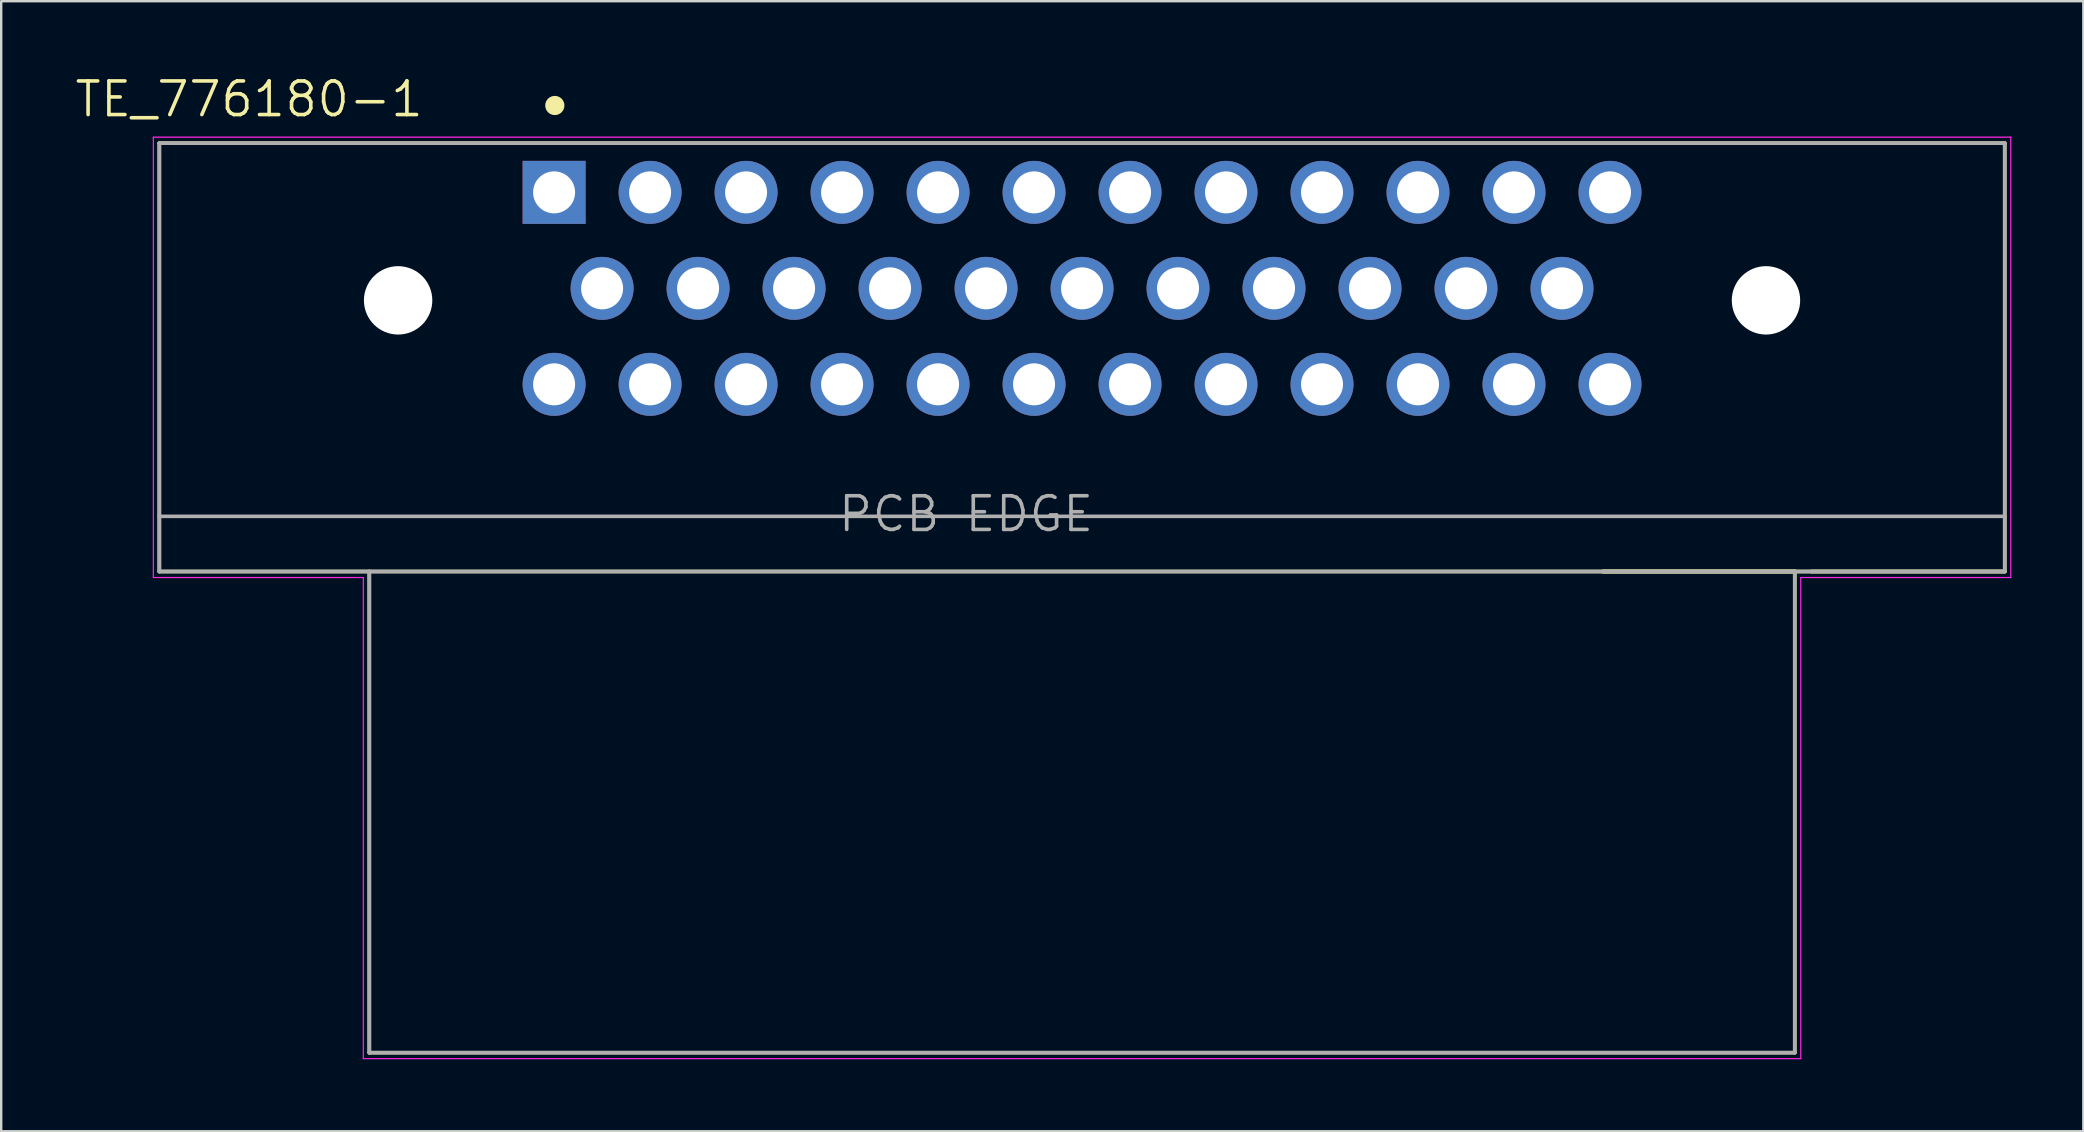
<source format=kicad_pcb>
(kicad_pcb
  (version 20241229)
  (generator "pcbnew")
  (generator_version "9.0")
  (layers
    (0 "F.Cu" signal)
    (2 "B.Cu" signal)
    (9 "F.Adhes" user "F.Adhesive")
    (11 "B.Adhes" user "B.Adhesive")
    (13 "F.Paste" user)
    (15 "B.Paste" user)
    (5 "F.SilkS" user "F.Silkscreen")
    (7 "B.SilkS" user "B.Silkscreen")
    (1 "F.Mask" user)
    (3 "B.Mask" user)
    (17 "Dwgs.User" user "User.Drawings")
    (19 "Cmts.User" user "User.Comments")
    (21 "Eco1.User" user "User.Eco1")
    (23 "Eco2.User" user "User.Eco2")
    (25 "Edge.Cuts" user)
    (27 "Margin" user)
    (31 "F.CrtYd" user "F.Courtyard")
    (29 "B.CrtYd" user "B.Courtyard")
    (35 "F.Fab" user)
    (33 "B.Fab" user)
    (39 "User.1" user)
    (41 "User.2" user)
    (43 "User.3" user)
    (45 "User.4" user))
  (footprint "TE_776180-1"
    (layer "F.Cu")
    (at 42.04 8.966)
    (property "Reference" "TE_776180-1" (at -34.71 -7.883 0) (layer "F.SilkS") (effects (font (size 1.402 1.402) (thickness 0.15))))
    (attr through_hole)
    (fp_line (start -38.45 -6.05) (end -38.45 11.8) (stroke (width 0.152) (type solid)) (layer "F.SilkS"))
    (fp_line (start -38.45 11.8) (end 38.45 11.8) (stroke (width 0.152) (type solid)) (layer "F.SilkS"))
    (fp_line (start -29.7 11.8) (end -29.7 31.85) (stroke (width 0.152) (type solid)) (layer "F.SilkS"))
    (fp_line (start -29.7 31.85) (end 29.7 31.85) (stroke (width 0.152) (type solid)) (layer "F.SilkS"))
    (fp_line (start 29.7 11.799) (end 21.704 11.799) (stroke (width 0.152) (type solid)) (layer "F.SilkS"))
    (fp_line (start 29.7 11.8) (end 21.698 11.8) (stroke (width 0.152) (type solid)) (layer "F.SilkS"))
    (fp_line (start 29.7 11.8) (end 29.7 11.799) (stroke (width 0.152) (type solid)) (layer "F.SilkS"))
    (fp_line (start 29.7 31.85) (end 29.7 11.8) (stroke (width 0.152) (type solid)) (layer "F.SilkS"))
    (fp_line (start 38.45 -6.05) (end -38.45 -6.05) (stroke (width 0.152) (type solid)) (layer "F.SilkS"))
    (fp_line (start 38.45 -6.05) (end 38.45 11.8) (stroke (width 0.152) (type solid)) (layer "F.SilkS"))
    (fp_line (start 38.45 11.8) (end 30.398 11.799) (stroke (width 0.152) (type solid)) (layer "F.SilkS"))
    (fp_circle (center -21.97 -7.62) (end -21.77 -7.62) (stroke (width 0.4) (type solid)) (fill no) (layer "F.SilkS"))
    (fp_line (start -38.7 -6.3) (end -38.7 12.05) (stroke (width 0.05) (type solid)) (layer "F.CrtYd"))
    (fp_line (start -38.7 12.05) (end -29.95 12.05) (stroke (width 0.05) (type solid)) (layer "F.CrtYd"))
    (fp_line (start -29.95 12.05) (end -29.95 32.1) (stroke (width 0.05) (type solid)) (layer "F.CrtYd"))
    (fp_line (start -29.95 32.1) (end 29.95 32.1) (stroke (width 0.05) (type solid)) (layer "F.CrtYd"))
    (fp_line (start 29.95 12.05) (end 38.7 12.05) (stroke (width 0.05) (type solid)) (layer "F.CrtYd"))
    (fp_line (start 29.95 32.1) (end 29.95 12.05) (stroke (width 0.05) (type solid)) (layer "F.CrtYd"))
    (fp_line (start 38.7 -6.3) (end -38.7 -6.3) (stroke (width 0.05) (type solid)) (layer "F.CrtYd"))
    (fp_line (start 38.7 12.05) (end 38.7 -6.3) (stroke (width 0.05) (type solid)) (layer "F.CrtYd"))
    (fp_line (start -38.45 -6.05) (end -38.45 9.5) (stroke (width 0.152) (type solid)) (layer "F.Fab"))
    (fp_line (start -38.45 9.5) (end -38.45 11.8) (stroke (width 0.152) (type solid)) (layer "F.Fab"))
    (fp_line (start -38.45 9.5) (end 38.45 9.5) (stroke (width 0.152) (type solid)) (layer "F.Fab"))
    (fp_line (start -38.45 11.8) (end -29.7 11.8) (stroke (width 0.152) (type solid)) (layer "F.Fab"))
    (fp_line (start -29.7 11.8) (end -29.7 31.85) (stroke (width 0.152) (type solid)) (layer "F.Fab"))
    (fp_line (start -29.7 11.8) (end 29.7 11.8) (stroke (width 0.152) (type solid)) (layer "F.Fab"))
    (fp_line (start -29.7 31.85) (end 29.7 31.85) (stroke (width 0.152) (type solid)) (layer "F.Fab"))
    (fp_line (start 29.7 11.8) (end 38.45 11.8) (stroke (width 0.152) (type solid)) (layer "F.Fab"))
    (fp_line (start 29.7 31.85) (end 29.7 11.8) (stroke (width 0.152) (type solid)) (layer "F.Fab"))
    (fp_line (start 38.45 -6.05) (end -38.45 -6.05) (stroke (width 0.152) (type solid)) (layer "F.Fab"))
    (fp_line (start 38.45 9.5) (end 38.45 -6.05) (stroke (width 0.152) (type solid)) (layer "F.Fab"))
    (fp_line (start 38.45 11.8) (end 38.45 9.5) (stroke (width 0.152) (type solid)) (layer "F.Fab"))
    (fp_text user "PCB EDGE" (at -4.833 9.403 0) (layer "F.Fab") (effects (font (size 1.402 1.402) (thickness 0.15))))
    (pad "" np_thru_hole circle (at -28.5 0.5) (size 2.85 2.85) (drill 2.85) (layers "*.Cu" "*.Mask"))
    (pad "" np_thru_hole circle (at 28.5 0.5) (size 2.85 2.85) (drill 2.85) (layers "*.Cu" "*.Mask"))
    (pad "1" thru_hole rect (at -22 -4) (size 2.625 2.625) (drill 1.75) (layers "*.Cu" "*.Mask"))
    (pad "2" thru_hole circle (at -18 -4) (size 2.625 2.625) (drill 1.75) (layers "*.Cu" "*.Mask"))
    (pad "3" thru_hole circle (at -14 -4) (size 2.625 2.625) (drill 1.75) (layers "*.Cu" "*.Mask"))
    (pad "4" thru_hole circle (at -10 -4) (size 2.625 2.625) (drill 1.75) (layers "*.Cu" "*.Mask"))
    (pad "5" thru_hole circle (at -6 -4) (size 2.625 2.625) (drill 1.75) (layers "*.Cu" "*.Mask"))
    (pad "6" thru_hole circle (at -2 -4) (size 2.625 2.625) (drill 1.75) (layers "*.Cu" "*.Mask"))
    (pad "7" thru_hole circle (at 2 -4) (size 2.625 2.625) (drill 1.75) (layers "*.Cu" "*.Mask"))
    (pad "8" thru_hole circle (at 6 -4) (size 2.625 2.625) (drill 1.75) (layers "*.Cu" "*.Mask"))
    (pad "9" thru_hole circle (at 10 -4) (size 2.625 2.625) (drill 1.75) (layers "*.Cu" "*.Mask"))
    (pad "10" thru_hole circle (at 14 -4) (size 2.625 2.625) (drill 1.75) (layers "*.Cu" "*.Mask"))
    (pad "11" thru_hole circle (at 18 -4) (size 2.625 2.625) (drill 1.75) (layers "*.Cu" "*.Mask"))
    (pad "12" thru_hole circle (at 22 -4) (size 2.625 2.625) (drill 1.75) (layers "*.Cu" "*.Mask"))
    (pad "13" thru_hole circle (at -20 0) (size 2.625 2.625) (drill 1.75) (layers "*.Cu" "*.Mask"))
    (pad "14" thru_hole circle (at -16 0) (size 2.625 2.625) (drill 1.75) (layers "*.Cu" "*.Mask"))
    (pad "15" thru_hole circle (at -12 0) (size 2.625 2.625) (drill 1.75) (layers "*.Cu" "*.Mask"))
    (pad "16" thru_hole circle (at -8 0) (size 2.625 2.625) (drill 1.75) (layers "*.Cu" "*.Mask"))
    (pad "17" thru_hole circle (at -4 0) (size 2.625 2.625) (drill 1.75) (layers "*.Cu" "*.Mask"))
    (pad "18" thru_hole circle (at 0 0) (size 2.625 2.625) (drill 1.75) (layers "*.Cu" "*.Mask"))
    (pad "19" thru_hole circle (at 4 0) (size 2.625 2.625) (drill 1.75) (layers "*.Cu" "*.Mask"))
    (pad "20" thru_hole circle (at 8 0) (size 2.625 2.625) (drill 1.75) (layers "*.Cu" "*.Mask"))
    (pad "21" thru_hole circle (at 12 0) (size 2.625 2.625) (drill 1.75) (layers "*.Cu" "*.Mask"))
    (pad "22" thru_hole circle (at 16 0) (size 2.625 2.625) (drill 1.75) (layers "*.Cu" "*.Mask"))
    (pad "23" thru_hole circle (at 20 0) (size 2.625 2.625) (drill 1.75) (layers "*.Cu" "*.Mask"))
    (pad "24" thru_hole circle (at -22 4) (size 2.625 2.625) (drill 1.75) (layers "*.Cu" "*.Mask"))
    (pad "25" thru_hole circle (at -18 4) (size 2.625 2.625) (drill 1.75) (layers "*.Cu" "*.Mask"))
    (pad "26" thru_hole circle (at -14 4) (size 2.625 2.625) (drill 1.75) (layers "*.Cu" "*.Mask"))
    (pad "27" thru_hole circle (at -10 4) (size 2.625 2.625) (drill 1.75) (layers "*.Cu" "*.Mask"))
    (pad "28" thru_hole circle (at -6 4) (size 2.625 2.625) (drill 1.75) (layers "*.Cu" "*.Mask"))
    (pad "29" thru_hole circle (at -2 4) (size 2.625 2.625) (drill 1.75) (layers "*.Cu" "*.Mask"))
    (pad "30" thru_hole circle (at 2 4) (size 2.625 2.625) (drill 1.75) (layers "*.Cu" "*.Mask"))
    (pad "31" thru_hole circle (at 6 4) (size 2.625 2.625) (drill 1.75) (layers "*.Cu" "*.Mask"))
    (pad "32" thru_hole circle (at 10 4) (size 2.625 2.625) (drill 1.75) (layers "*.Cu" "*.Mask"))
    (pad "33" thru_hole circle (at 14 4) (size 2.625 2.625) (drill 1.75) (layers "*.Cu" "*.Mask"))
    (pad "34" thru_hole circle (at 18 4) (size 2.625 2.625) (drill 1.75) (layers "*.Cu" "*.Mask"))
    (pad "35" thru_hole circle (at 22 4) (size 2.625 2.625) (drill 1.75) (layers "*.Cu" "*.Mask")))
  (gr_rect
    (start -3 -3)
    (end 83.765 44.091)
    (stroke (width 0.1) (type default))
    (fill no)
    (layer "Edge.Cuts")))
</source>
